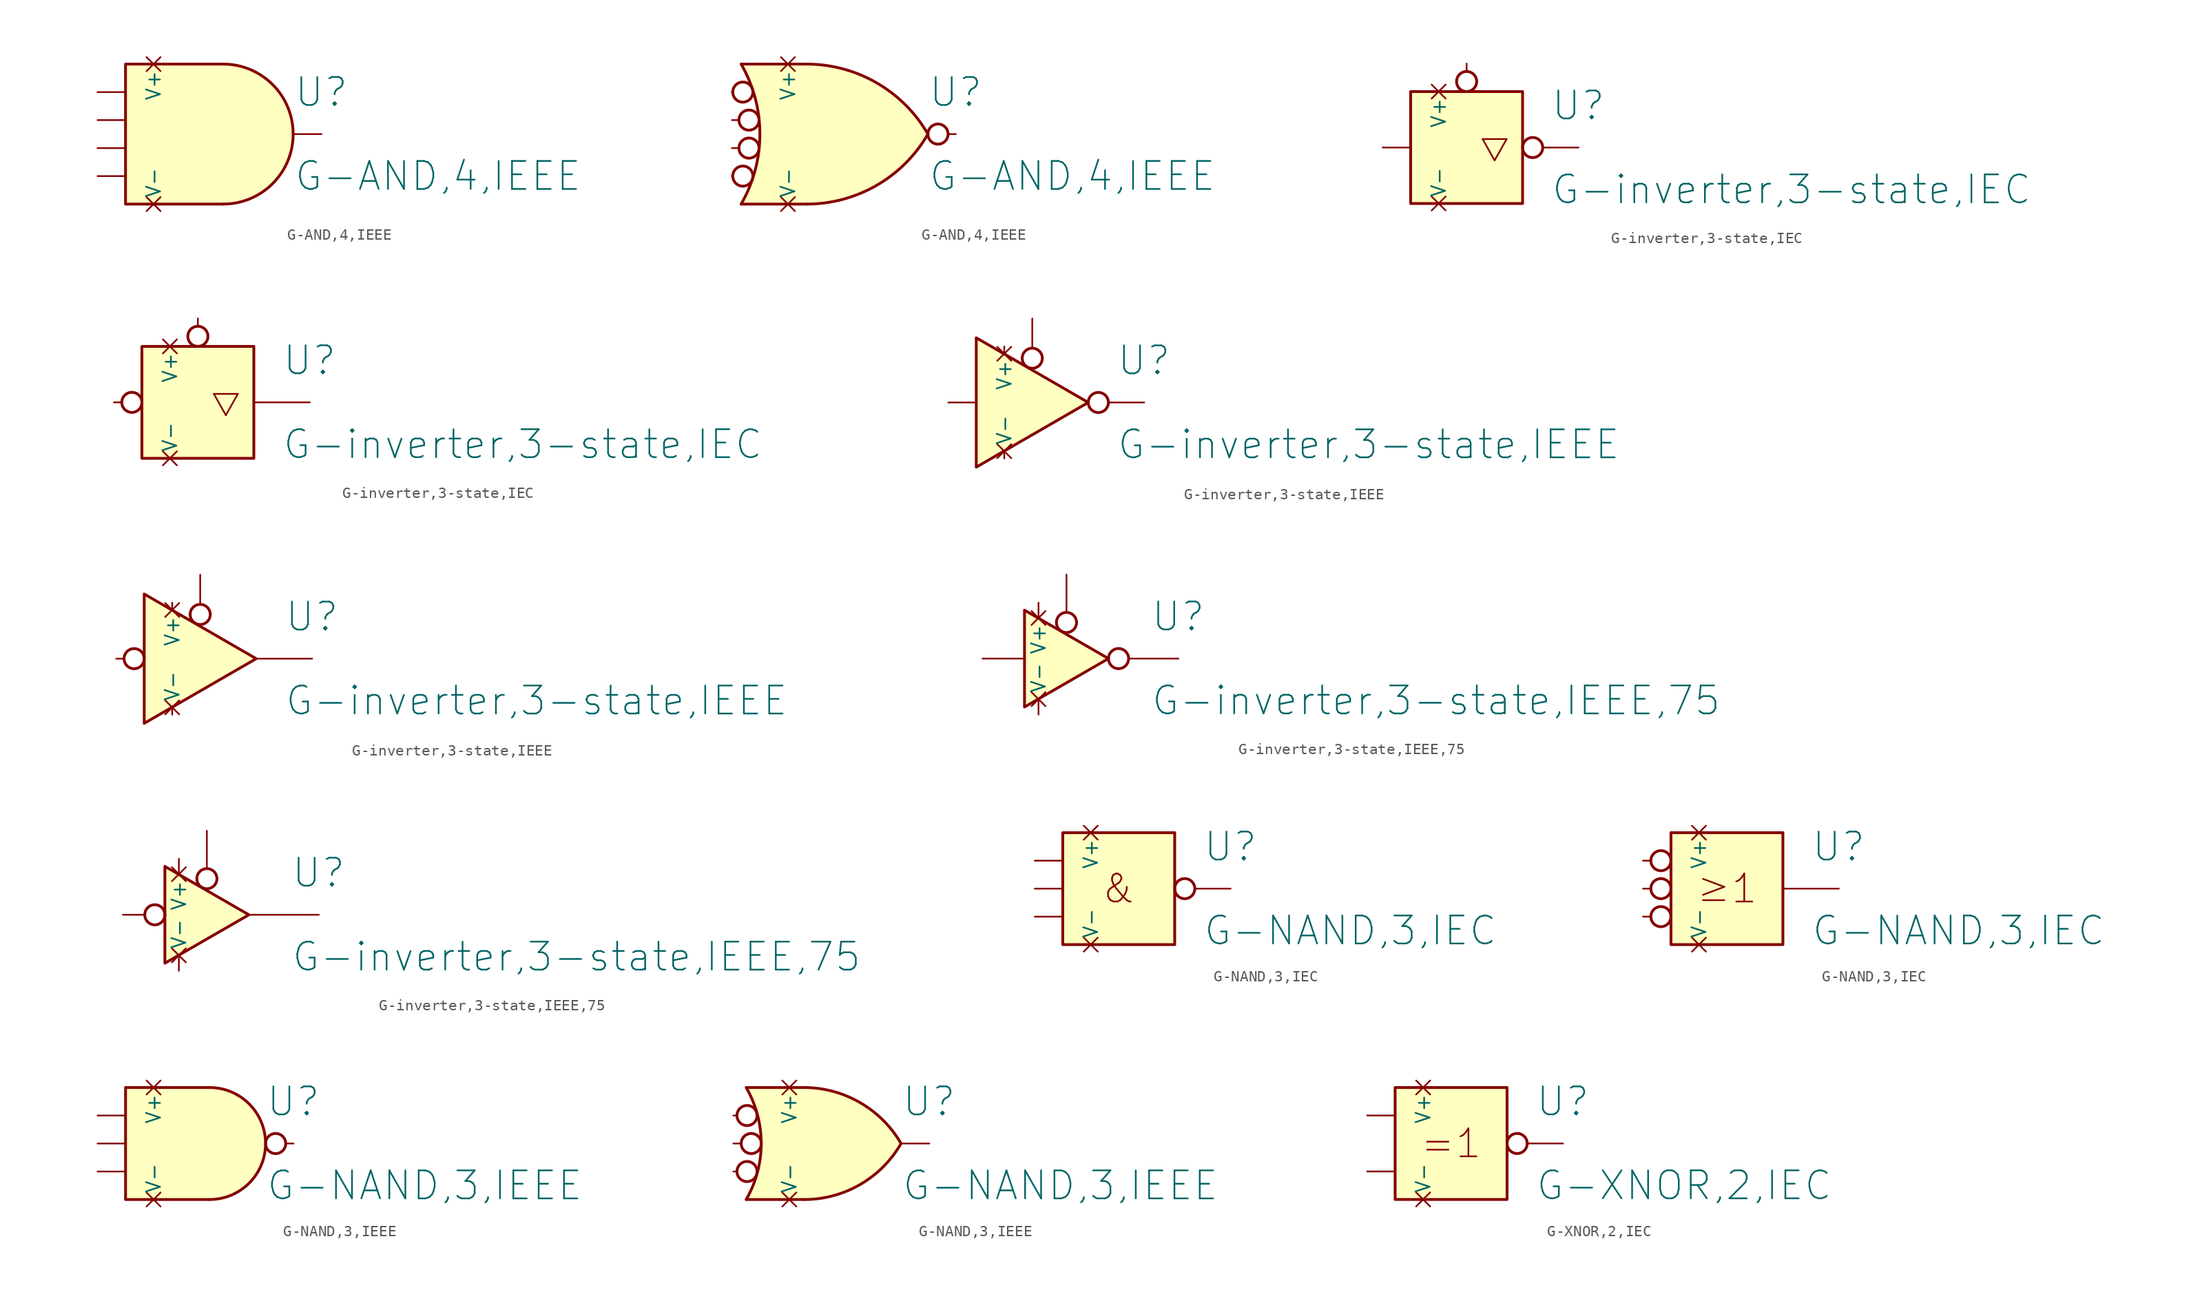
<source format=kicad_sym>
(kicad_symbol_lib
  (version 20211014)
  (generator kicad_symbol_editor)
  (symbol "G-AND,4,IEEE"
    (pin_numbers hide)
    (property "Reference" "U"
      (at 10.16 3.81 0)
      (effects (font (size 2.54 2.54)) (justify left)))
    (property "Value" "G-AND,4,IEEE"
      (at 10.16 -3.81 0)
      (effects (font (size 2.54 2.54)) (justify left)))
    (symbol "G-AND,4,IEEE_1_1"
      (polyline (pts (xy 3.81 -6.35) (xy -5.08 -6.35) (xy -5.08 6.35) (xy 3.81 6.35)) (stroke (width 0.254) (type default) (color 0 0 0 0)) (fill (type background)))
      (arc (start 3.81 -6.35) (mid 10.16 0) (end 3.81 6.35) (stroke (width 0.254) (type default) (color 0 0 0 0)) (fill (type background)))
      (pin input line (at -7.62 3.81 0) (length 2.54) (name "A" (effects (font (size 0 0)))) (number "1" (effects (font (size 1.829 1.829)))))
      (pin input line (at -7.62 1.27 0) (length 2.54) (name "B" (effects (font (size 0 0)))) (number "2" (effects (font (size 1.829 1.829)))))
      (pin input line (at -7.62 -1.27 0) (length 2.54) (name "C" (effects (font (size 0 0)))) (number "3" (effects (font (size 1.829 1.829)))))
      (pin input line (at -7.62 -3.81 0) (length 2.54) (name "D" (effects (font (size 0 0)))) (number "4" (effects (font (size 1.829 1.829)))))
      (pin output line (at 12.7 0 180) (length 2.54) (name "Y" (effects (font (size 0 0)))) (number "5" (effects (font (size 1.829 1.829)))))
      (pin power_in non_logic (at -2.54 6.35 270) (length 0) (name "V+" (effects (font (size 1.27 1.27)))) (number "6" (effects (font (size 0.914 0.914)))))
      (pin power_in non_logic (at -2.54 -6.35 90) (length 0) (name "V-" (effects (font (size 1.27 1.27)))) (number "7" (effects (font (size 0.914 0.914))))))
    (symbol "G-AND,4,IEEE_1_2"
      (arc (start -6.7818 -6.35) (mid -5.0803 0) (end -6.7818 6.35) (stroke (width 0.254) (type default) (color 0 0 0 0)) (fill (type none)))
      (circle (center -6.629 -3.81) (radius 0.914) (stroke (width 0.254) (type default) (color 0 0 0 0)) (fill (type none)))
      (circle (center -6.629 3.81) (radius 0.914) (stroke (width 0.254) (type default) (color 0 0 0 0)) (fill (type none)))
      (circle (center -6.071 -1.27) (radius 0.914) (stroke (width 0.254) (type default) (color 0 0 0 0)) (fill (type none)))
      (circle (center -6.071 1.27) (radius 0.914) (stroke (width 0.254) (type default) (color 0 0 0 0)) (fill (type none)))
      (arc (start -0.8382 -6.35) (mid 5.5117 -4.6486) (end 10.16 0) (stroke (width 0.254) (type default) (color 0 0 0 0)) (fill (type background)))
      (polyline (pts (xy -6.782 6.35) (xy -0.838 6.35)) (stroke (width 0.254) (type default) (color 0 0 0 0)) (fill (type none)))
      (polyline (pts (xy -0.838 -6.35) (xy -6.782 -6.35)) (stroke (width 0.254) (type default) (color 0 0 0 0)) (fill (type none)))
      (polyline (pts (xy -0.813 -6.35) (xy -6.782 -6.35) (xy -6.223 -5.283) (xy -5.766 -4.14) (xy -5.436 -2.997) (xy -5.182 -1.702) (xy -5.08 -0.508) (xy -5.08 0.508) (xy -5.182 1.702) (xy -5.436 2.997) (xy -5.766 4.14) (xy -6.223 5.283) (xy -6.782 6.35) (xy -0.813 6.35)) (stroke (width -0.025) (type default) (color 0 0 0 0)) (fill (type background)))
      (arc (start 10.16 0) (mid 5.5116 4.6483) (end -0.8382 6.35) (stroke (width 0.254) (type default) (color 0 0 0 0)) (fill (type background)))
      (circle (center 11.074 0) (radius 0.914) (stroke (width 0.254) (type default) (color 0 0 0 0)) (fill (type none)))
      (pin input line (at -7.62 3.81 0) (length 0.076) (name "A" (effects (font (size 0 0)))) (number "1" (effects (font (size 1.829 1.829)))))
      (pin input line (at -7.62 1.27 0) (length 0.635) (name "B" (effects (font (size 0 0)))) (number "2" (effects (font (size 1.829 1.829)))))
      (pin input line (at -7.62 -1.27 0) (length 0.635) (name "C" (effects (font (size 0 0)))) (number "3" (effects (font (size 1.829 1.829)))))
      (pin input line (at -7.62 -3.81 0) (length 0.076) (name "D" (effects (font (size 0 0)))) (number "4" (effects (font (size 1.829 1.829)))))
      (pin output line (at 12.7 0 180) (length 0.711) (name "Y" (effects (font (size 0 0)))) (number "5" (effects (font (size 1.829 1.829)))))
      (pin power_in non_logic (at -2.54 6.35 270) (length 0) (name "V+" (effects (font (size 1.27 1.27)))) (number "6" (effects (font (size 0.914 0.914)))))
      (pin power_in non_logic (at -2.54 -6.35 90) (length 0) (name "V-" (effects (font (size 1.27 1.27)))) (number "7" (effects (font (size 0.914 0.914)))))))
  (symbol "G-inverter,3-state,IEC"
    (pin_numbers hide)
    (property "Reference" "U"
      (at 7.62 3.81 0)
      (effects (font (size 2.54 2.54)) (justify left)))
    (property "Value" "G-inverter,3-state,IEC"
      (at 7.62 -3.81 0)
      (effects (font (size 2.54 2.54)) (justify left)))
    (symbol "G-inverter,3-state,IEC_1_1"
      (rectangle (start -5.08 5.08) (end 5.08 -5.08) (stroke (width 0.254) (type default) (color 0 0 0 0)) (fill (type background)))
      (circle (center 0 5.994) (radius 0.914) (stroke (width 0.254) (type default) (color 0 0 0 0)) (fill (type none)))
      (circle (center 5.994 0) (radius 0.914) (stroke (width 0.254) (type default) (color 0 0 0 0)) (fill (type none)))
      (text "▽" (at 2.54 0 0) (effects (font (size 2.54 2.54))))
      (pin input line (at -7.62 0 0) (length 2.54) (name "A" (effects (font (size 0 0)))) (number "1" (effects (font (size 1.829 1.829)))))
      (pin tri_state line (at 10.16 0 180) (length 3.251) (name "Y" (effects (font (size 0 0)))) (number "2" (effects (font (size 1.829 1.829)))))
      (pin input line (at 0 7.62 270) (length 0.711) (name "EN" (effects (font (size 0 0)))) (number "3" (effects (font (size 1.829 1.829)))))
      (pin power_in non_logic (at -2.54 5.08 270) (length 0) (name "V+" (effects (font (size 1.27 1.27)))) (number "4" (effects (font (size 0.914 0.914)))))
      (pin power_in non_logic (at -2.54 -5.08 90) (length 0) (name "V-" (effects (font (size 1.27 1.27)))) (number "5" (effects (font (size 0.914 0.914))))))
    (symbol "G-inverter,3-state,IEC_1_2"
      (circle (center -5.994 0) (radius 0.914) (stroke (width 0.254) (type default) (color 0 0 0 0)) (fill (type none)))
      (rectangle (start -5.08 5.08) (end 5.08 -5.08) (stroke (width 0.254) (type default) (color 0 0 0 0)) (fill (type background)))
      (circle (center 0 5.994) (radius 0.914) (stroke (width 0.254) (type default) (color 0 0 0 0)) (fill (type none)))
      (text "▽" (at 2.54 0 0) (effects (font (size 2.54 2.54))))
      (pin input line (at -7.62 0 0) (length 0.711) (name "A" (effects (font (size 0 0)))) (number "2" (effects (font (size 1.829 1.829)))))
      (pin input line (at 0 7.62 270) (length 0.711) (name "EN" (effects (font (size 0 0)))) (number "3" (effects (font (size 1.829 1.829)))))
      (pin power_in non_logic (at -2.54 5.08 270) (length 0) (name "V+" (effects (font (size 1.27 1.27)))) (number "4" (effects (font (size 0.914 0.914)))))
      (pin tri_state line (at 10.16 0 180) (length 5.08) (name "Y" (effects (font (size 0 0)))) (number "4" (effects (font (size 1.829 1.829)))))
      (pin power_in non_logic (at -2.54 -5.08 90) (length 0) (name "V-" (effects (font (size 1.27 1.27)))) (number "5" (effects (font (size 0.914 0.914)))))))
  (symbol "G-inverter,3-state,IEEE"
    (pin_numbers hide)
    (property "Reference" "U"
      (at 7.62 3.81 0)
      (effects (font (size 2.54 2.54)) (justify left)))
    (property "Value" "G-inverter,3-state,IEEE"
      (at 7.62 -3.81 0)
      (effects (font (size 2.54 2.54)) (justify left)))
    (symbol "G-inverter,3-state,IEEE_1_1"
      (polyline (pts (xy 5.08 0) (xy -5.08 5.867) (xy -5.08 -5.867) (xy 5.08 0)) (stroke (width 0.254) (type default) (color 0 0 0 0)) (fill (type background)))
      (circle (center 0 4.013) (radius 0.914) (stroke (width 0.254) (type default) (color 0 0 0 0)) (fill (type none)))
      (circle (center 5.994 0) (radius 0.914) (stroke (width 0.254) (type default) (color 0 0 0 0)) (fill (type none)))
      (pin input line (at -7.62 0 0) (length 2.54) (name "A" (effects (font (size 0 0)))) (number "1" (effects (font (size 1.829 1.829)))))
      (pin tri_state line (at 10.16 0 180) (length 3.251) (name "Y" (effects (font (size 0 0)))) (number "2" (effects (font (size 1.829 1.829)))))
      (pin input line (at 0 7.62 270) (length 2.692) (name "EN" (effects (font (size 0 0)))) (number "3" (effects (font (size 1.829 1.829)))))
      (pin power_in non_logic (at -2.54 5.08 270) (length 0.66) (name "V+" (effects (font (size 1.27 1.27)))) (number "4" (effects (font (size 0.914 0.914)))))
      (pin power_in non_logic (at -2.54 -5.08 90) (length 0.66) (name "V-" (effects (font (size 1.27 1.27)))) (number "5" (effects (font (size 0.914 0.914))))))
    (symbol "G-inverter,3-state,IEEE_1_2"
      (circle (center -5.994 0) (radius 0.914) (stroke (width 0.254) (type default) (color 0 0 0 0)) (fill (type none)))
      (polyline (pts (xy 5.08 0) (xy -5.08 5.867) (xy -5.08 -5.867) (xy 5.08 0)) (stroke (width 0.254) (type default) (color 0 0 0 0)) (fill (type background)))
      (circle (center 0 4.013) (radius 0.914) (stroke (width 0.254) (type default) (color 0 0 0 0)) (fill (type none)))
      (pin input line (at -7.62 0 0) (length 0.711) (name "A" (effects (font (size 0 0)))) (number "2" (effects (font (size 1.829 1.829)))))
      (pin input line (at 0 7.62 270) (length 2.692) (name "EN" (effects (font (size 0 0)))) (number "3" (effects (font (size 1.829 1.829)))))
      (pin power_in non_logic (at -2.54 5.08 270) (length 0.66) (name "V+" (effects (font (size 1.27 1.27)))) (number "4" (effects (font (size 0.914 0.914)))))
      (pin tri_state line (at 10.16 0 180) (length 5.08) (name "Y" (effects (font (size 0 0)))) (number "4" (effects (font (size 1.829 1.829)))))
      (pin power_in non_logic (at -2.54 -5.08 90) (length 0.66) (name "V-" (effects (font (size 1.27 1.27)))) (number "5" (effects (font (size 0.914 0.914)))))))
  (symbol "G-inverter,3-state,IEEE,75"
    (pin_numbers hide)
    (property "Reference" "U"
      (at 7.62 3.81 0)
      (effects (font (size 2.54 2.54)) (justify left)))
    (property "Value" "G-inverter,3-state,IEEE,75"
      (at 7.62 -3.81 0)
      (effects (font (size 2.54 2.54)) (justify left)))
    (symbol "G-inverter,3-state,IEEE,75_1_1"
      (polyline (pts (xy 3.81 0) (xy -3.81 4.394) (xy -3.81 -4.394) (xy 3.81 0)) (stroke (width 0.254) (type default) (color 0 0 0 0)) (fill (type background)))
      (circle (center 0 3.277) (radius 0.914) (stroke (width 0.254) (type default) (color 0 0 0 0)) (fill (type none)))
      (circle (center 4.724 0) (radius 0.914) (stroke (width 0.254) (type default) (color 0 0 0 0)) (fill (type none)))
      (pin input line (at -7.62 0 0) (length 3.81) (name "A" (effects (font (size 0 0)))) (number "1" (effects (font (size 1.829 1.829)))))
      (pin tri_state line (at 10.16 0 180) (length 4.521) (name "Y" (effects (font (size 0 0)))) (number "2" (effects (font (size 1.829 1.829)))))
      (pin input line (at 0 7.62 270) (length 3.429) (name "EN" (effects (font (size 0 0)))) (number "3" (effects (font (size 1.829 1.829)))))
      (pin power_in non_logic (at -2.54 5.08 270) (length 1.397) (name "V+" (effects (font (size 1.27 1.27)))) (number "4" (effects (font (size 0.914 0.914)))))
      (pin power_in non_logic (at -2.54 -5.08 90) (length 1.397) (name "V-" (effects (font (size 1.27 1.27)))) (number "5" (effects (font (size 0.914 0.914))))))
    (symbol "G-inverter,3-state,IEEE,75_1_2"
      (circle (center -4.724 0) (radius 0.914) (stroke (width 0.254) (type default) (color 0 0 0 0)) (fill (type none)))
      (polyline (pts (xy 3.81 0) (xy -3.81 4.394) (xy -3.81 -4.394) (xy 3.81 0)) (stroke (width 0.254) (type default) (color 0 0 0 0)) (fill (type background)))
      (circle (center 0 3.277) (radius 0.914) (stroke (width 0.254) (type default) (color 0 0 0 0)) (fill (type none)))
      (pin input line (at -7.62 0 0) (length 1.981) (name "A" (effects (font (size 0 0)))) (number "2" (effects (font (size 1.829 1.829)))))
      (pin input line (at 0 7.62 270) (length 3.429) (name "EN" (effects (font (size 0 0)))) (number "3" (effects (font (size 1.829 1.829)))))
      (pin power_in non_logic (at -2.54 5.08 270) (length 1.397) (name "V+" (effects (font (size 1.27 1.27)))) (number "4" (effects (font (size 0.914 0.914)))))
      (pin tri_state line (at 10.16 0 180) (length 6.35) (name "Y" (effects (font (size 0 0)))) (number "4" (effects (font (size 1.829 1.829)))))
      (pin power_in non_logic (at -2.54 -5.08 90) (length 1.397) (name "V-" (effects (font (size 1.27 1.27)))) (number "5" (effects (font (size 0.914 0.914)))))))
  (symbol "G-NAND,3,IEC"
    (pin_numbers hide)
    (property "Reference" "U"
      (at 7.62 3.81 0)
      (effects (font (size 2.54 2.54)) (justify left)))
    (property "Value" "G-NAND,3,IEC"
      (at 7.62 -3.81 0)
      (effects (font (size 2.54 2.54)) (justify left)))
    (symbol "G-NAND,3,IEC_1_1"
      (rectangle (start -5.08 5.08) (end 5.08 -5.08) (stroke (width 0.254) (type default) (color 0 0 0 0)) (fill (type background)))
      (circle (center 5.994 0) (radius 0.914) (stroke (width 0.254) (type default) (color 0 0 0 0)) (fill (type none)))
      (text "&" (at 0 0 0) (effects (font (size 2.54 2.54))))
      (pin input line (at -7.62 2.54 0) (length 2.54) (name "A" (effects (font (size 0 0)))) (number "1" (effects (font (size 1.829 1.829)))))
      (pin input line (at -7.62 0 0) (length 2.54) (name "B" (effects (font (size 0 0)))) (number "2" (effects (font (size 1.829 1.829)))))
      (pin input line (at -7.62 -2.54 0) (length 2.54) (name "C" (effects (font (size 0 0)))) (number "3" (effects (font (size 1.829 1.829)))))
      (pin output line (at 10.16 0 180) (length 3.251) (name "Y" (effects (font (size 0 0)))) (number "4" (effects (font (size 1.829 1.829)))))
      (pin power_in non_logic (at -2.54 5.08 270) (length 0) (name "V+" (effects (font (size 1.27 1.27)))) (number "5" (effects (font (size 0.914 0.914)))))
      (pin power_in non_logic (at -2.54 -5.08 90) (length 0) (name "V-" (effects (font (size 1.27 1.27)))) (number "6" (effects (font (size 0.914 0.914))))))
    (symbol "G-NAND,3,IEC_1_2"
      (circle (center -5.994 -2.54) (radius 0.914) (stroke (width 0.254) (type default) (color 0 0 0 0)) (fill (type none)))
      (circle (center -5.994 0) (radius 0.914) (stroke (width 0.254) (type default) (color 0 0 0 0)) (fill (type none)))
      (circle (center -5.994 2.54) (radius 0.914) (stroke (width 0.254) (type default) (color 0 0 0 0)) (fill (type none)))
      (rectangle (start -5.08 5.08) (end 5.08 -5.08) (stroke (width 0.254) (type default) (color 0 0 0 0)) (fill (type background)))
      (text "≥ 1" (at 0 0 0) (effects (font (size 2.54 2.54))))
      (pin input line (at -7.62 2.54 0) (length 0.711) (name "A" (effects (font (size 0 0)))) (number "1" (effects (font (size 1.829 1.829)))))
      (pin input line (at -7.62 0 0) (length 0.711) (name "B" (effects (font (size 0 0)))) (number "2" (effects (font (size 1.829 1.829)))))
      (pin input line (at -7.62 -2.54 0) (length 0.711) (name "C" (effects (font (size 0 0)))) (number "3" (effects (font (size 1.829 1.829)))))
      (pin output line (at 10.16 0 180) (length 5.08) (name "Y" (effects (font (size 0 0)))) (number "4" (effects (font (size 1.829 1.829)))))
      (pin power_in non_logic (at -2.54 5.08 270) (length 0) (name "V+" (effects (font (size 1.27 1.27)))) (number "5" (effects (font (size 0.914 0.914)))))
      (pin power_in non_logic (at -2.54 -5.08 90) (length 0) (name "V-" (effects (font (size 1.27 1.27)))) (number "6" (effects (font (size 0.914 0.914)))))))
  (symbol "G-NAND,3,IEEE"
    (pin_numbers hide)
    (property "Reference" "U"
      (at 7.62 3.81 0)
      (effects (font (size 2.54 2.54)) (justify left)))
    (property "Value" "G-NAND,3,IEEE"
      (at 7.62 -3.81 0)
      (effects (font (size 2.54 2.54)) (justify left)))
    (symbol "G-NAND,3,IEEE_1_1"
      (polyline (pts (xy 2.54 -5.08) (xy -5.08 -5.08) (xy -5.08 5.08) (xy 2.54 5.08)) (stroke (width 0.254) (type default) (color 0 0 0 0)) (fill (type background)))
      (arc (start 2.54 -5.08) (mid 7.62 0) (end 2.54 5.08) (stroke (width 0.254) (type default) (color 0 0 0 0)) (fill (type background)))
      (circle (center 8.534 0) (radius 0.914) (stroke (width 0.254) (type default) (color 0 0 0 0)) (fill (type none)))
      (pin input line (at -7.62 2.54 0) (length 2.54) (name "A" (effects (font (size 0 0)))) (number "1" (effects (font (size 1.829 1.829)))))
      (pin input line (at -7.62 0 0) (length 2.54) (name "B" (effects (font (size 0 0)))) (number "2" (effects (font (size 1.829 1.829)))))
      (pin input line (at -7.62 -2.54 0) (length 2.54) (name "C" (effects (font (size 0 0)))) (number "3" (effects (font (size 1.829 1.829)))))
      (pin output line (at 10.16 0 180) (length 0.711) (name "Y" (effects (font (size 0 0)))) (number "4" (effects (font (size 1.829 1.829)))))
      (pin power_in non_logic (at -2.54 5.08 270) (length 0) (name "V+" (effects (font (size 1.27 1.27)))) (number "5" (effects (font (size 0.914 0.914)))))
      (pin power_in non_logic (at -2.54 -5.08 90) (length 0) (name "V-" (effects (font (size 1.27 1.27)))) (number "6" (effects (font (size 0.914 0.914))))))
    (symbol "G-NAND,3,IEEE_1_2"
      (arc (start -6.4516 -5.08) (mid -5.089 0) (end -6.4516 5.08) (stroke (width 0.254) (type default) (color 0 0 0 0)) (fill (type none)))
      (circle (center -6.375 -2.54) (radius 0.914) (stroke (width 0.254) (type default) (color 0 0 0 0)) (fill (type none)))
      (circle (center -6.375 2.54) (radius 0.914) (stroke (width 0.254) (type default) (color 0 0 0 0)) (fill (type none)))
      (circle (center -5.994 0) (radius 0.914) (stroke (width 0.254) (type default) (color 0 0 0 0)) (fill (type none)))
      (arc (start -1.1938 -5.08) (mid 3.8839 -3.7201) (end 7.5946 0) (stroke (width 0.254) (type default) (color 0 0 0 0)) (fill (type background)))
      (polyline (pts (xy -6.426 5.08) (xy -1.194 5.08)) (stroke (width 0.254) (type default) (color 0 0 0 0)) (fill (type none)))
      (polyline (pts (xy -1.194 -5.08) (xy -6.426 -5.08)) (stroke (width 0.254) (type default) (color 0 0 0 0)) (fill (type none)))
      (polyline (pts (xy -1.168 -5.08) (xy -6.426 -5.08) (xy -5.994 -4.216) (xy -5.613 -3.302) (xy -5.359 -2.388) (xy -5.182 -1.448) (xy -5.08 -0.483) (xy -5.08 0.483) (xy -5.182 1.448) (xy -5.359 2.388) (xy -5.639 3.302) (xy -5.994 4.216) (xy -6.426 5.08) (xy -1.168 5.08)) (stroke (width -0.025) (type default) (color 0 0 0 0)) (fill (type background)))
      (arc (start 7.5946 0) (mid 3.8794 3.7123) (end -1.1938 5.08) (stroke (width 0.254) (type default) (color 0 0 0 0)) (fill (type background)))
      (pin input line (at -7.62 2.54 0) (length 0.33) (name "A" (effects (font (size 0 0)))) (number "1" (effects (font (size 1.829 1.829)))))
      (pin input line (at -7.62 0 0) (length 0.711) (name "B" (effects (font (size 0 0)))) (number "2" (effects (font (size 1.829 1.829)))))
      (pin input line (at -7.62 -2.54 0) (length 0.33) (name "C" (effects (font (size 0 0)))) (number "3" (effects (font (size 1.829 1.829)))))
      (pin output line (at 10.16 0 180) (length 2.54) (name "Y" (effects (font (size 0 0)))) (number "4" (effects (font (size 1.829 1.829)))))
      (pin power_in non_logic (at -2.54 5.08 270) (length 0) (name "V+" (effects (font (size 1.27 1.27)))) (number "5" (effects (font (size 0.914 0.914)))))
      (pin power_in non_logic (at -2.54 -5.08 90) (length 0) (name "V-" (effects (font (size 1.27 1.27)))) (number "6" (effects (font (size 0.914 0.914)))))))
  (symbol "G-XNOR,2,IEC"
    (pin_numbers hide)
    (property "Reference" "U"
      (at 7.62 3.81 0)
      (effects (font (size 2.54 2.54)) (justify left)))
    (property "Value" "G-XNOR,2,IEC"
      (at 7.62 -3.81 0)
      (effects (font (size 2.54 2.54)) (justify left)))
    (symbol "G-XNOR,2,IEC_1_1"
      (rectangle (start -5.08 5.08) (end 5.08 -5.08) (stroke (width 0.254) (type default) (color 0 0 0 0)) (fill (type background)))
      (circle (center 5.994 0) (radius 0.914) (stroke (width 0.254) (type default) (color 0 0 0 0)) (fill (type none)))
      (text "= 1" (at 0 0 0) (effects (font (size 2.54 2.54))))
      (pin input line (at -7.62 2.54 0) (length 2.54) (name "A" (effects (font (size 0 0)))) (number "1" (effects (font (size 1.829 1.829)))))
      (pin input line (at -7.62 -2.54 0) (length 2.54) (name "B" (effects (font (size 0 0)))) (number "2" (effects (font (size 1.829 1.829)))))
      (pin output line (at 10.16 0 180) (length 3.251) (name "Y" (effects (font (size 0 0)))) (number "3" (effects (font (size 1.829 1.829)))))
      (pin power_in non_logic (at -2.54 5.08 270) (length 0) (name "V+" (effects (font (size 1.27 1.27)))) (number "4" (effects (font (size 0.914 0.914)))))
      (pin power_in non_logic (at -2.54 -5.08 90) (length 0) (name "V-" (effects (font (size 1.27 1.27)))) (number "5" (effects (font (size 0.914 0.914))))))))
</source>
